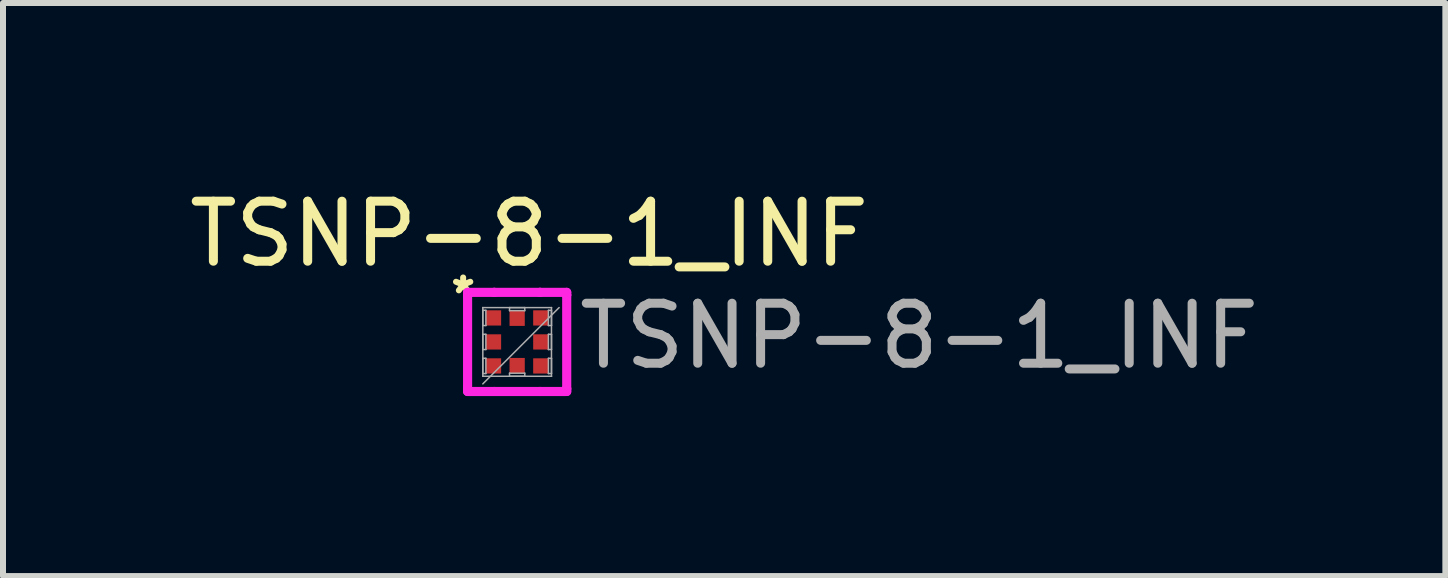
<source format=kicad_pcb>
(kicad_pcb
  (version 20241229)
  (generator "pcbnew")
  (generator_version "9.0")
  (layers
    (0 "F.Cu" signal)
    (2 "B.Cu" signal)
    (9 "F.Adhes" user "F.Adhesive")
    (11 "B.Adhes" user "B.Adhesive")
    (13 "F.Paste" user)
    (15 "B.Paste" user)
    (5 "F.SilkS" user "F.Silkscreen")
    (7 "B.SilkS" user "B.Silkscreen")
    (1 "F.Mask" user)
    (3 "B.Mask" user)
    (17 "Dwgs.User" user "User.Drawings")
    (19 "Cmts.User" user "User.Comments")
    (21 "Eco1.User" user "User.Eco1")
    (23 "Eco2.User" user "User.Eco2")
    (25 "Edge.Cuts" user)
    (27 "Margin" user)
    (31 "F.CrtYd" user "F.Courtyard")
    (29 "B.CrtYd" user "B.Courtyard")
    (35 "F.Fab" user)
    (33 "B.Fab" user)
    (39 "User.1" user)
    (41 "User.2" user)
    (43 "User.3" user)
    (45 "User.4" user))
  (footprint "TSNP-8-1_INF"
    (layer "F.Cu")
    (at 5.568 2.648)
    (property "Reference" "TSNP-8-1_INF" (at 0.2 -1.8 0) (unlocked yes) (layer "F.SilkS") (effects (font (size 1 1) (thickness 0.15))))
    (attr smd)
    (fp_line (start -0.826 -0.826) (end -0.381 -0.826) (stroke (width 0.152) (type solid)) (layer "F.CrtYd"))
    (fp_line (start -0.826 -0.781) (end -0.826 -0.826) (stroke (width 0.152) (type solid)) (layer "F.CrtYd"))
    (fp_line (start -0.826 -0.781) (end -0.826 -0.781) (stroke (width 0.152) (type solid)) (layer "F.CrtYd"))
    (fp_line (start -0.826 0.781) (end -0.826 -0.781) (stroke (width 0.152) (type solid)) (layer "F.CrtYd"))
    (fp_line (start -0.826 0.781) (end -0.826 0.781) (stroke (width 0.152) (type solid)) (layer "F.CrtYd"))
    (fp_line (start -0.826 0.826) (end -0.826 0.781) (stroke (width 0.152) (type solid)) (layer "F.CrtYd"))
    (fp_line (start -0.381 -0.826) (end -0.381 -0.826) (stroke (width 0.152) (type solid)) (layer "F.CrtYd"))
    (fp_line (start -0.381 -0.826) (end 0.381 -0.826) (stroke (width 0.152) (type solid)) (layer "F.CrtYd"))
    (fp_line (start -0.381 0.826) (end -0.826 0.826) (stroke (width 0.152) (type solid)) (layer "F.CrtYd"))
    (fp_line (start -0.381 0.826) (end -0.381 0.826) (stroke (width 0.152) (type solid)) (layer "F.CrtYd"))
    (fp_line (start 0.381 -0.826) (end 0.381 -0.826) (stroke (width 0.152) (type solid)) (layer "F.CrtYd"))
    (fp_line (start 0.381 -0.826) (end 0.826 -0.826) (stroke (width 0.152) (type solid)) (layer "F.CrtYd"))
    (fp_line (start 0.381 0.826) (end -0.381 0.826) (stroke (width 0.152) (type solid)) (layer "F.CrtYd"))
    (fp_line (start 0.381 0.826) (end 0.381 0.826) (stroke (width 0.152) (type solid)) (layer "F.CrtYd"))
    (fp_line (start 0.826 -0.826) (end 0.826 -0.781) (stroke (width 0.152) (type solid)) (layer "F.CrtYd"))
    (fp_line (start 0.826 -0.781) (end 0.826 -0.781) (stroke (width 0.152) (type solid)) (layer "F.CrtYd"))
    (fp_line (start 0.826 -0.781) (end 0.826 0.781) (stroke (width 0.152) (type solid)) (layer "F.CrtYd"))
    (fp_line (start 0.826 0.781) (end 0.826 0.781) (stroke (width 0.152) (type solid)) (layer "F.CrtYd"))
    (fp_line (start 0.826 0.781) (end 0.826 0.826) (stroke (width 0.152) (type solid)) (layer "F.CrtYd"))
    (fp_line (start 0.826 0.826) (end 0.381 0.826) (stroke (width 0.152) (type solid)) (layer "F.CrtYd"))
    (fp_line (start -0.572 -0.572) (end -0.572 -0.572) (stroke (width 0.025) (type solid)) (layer "F.Fab"))
    (fp_line (start -0.572 -0.572) (end -0.572 0.572) (stroke (width 0.025) (type solid)) (layer "F.Fab"))
    (fp_line (start -0.572 -0.527) (end -0.521 -0.527) (stroke (width 0.025) (type solid)) (layer "F.Fab"))
    (fp_line (start -0.572 -0.273) (end -0.572 -0.527) (stroke (width 0.025) (type solid)) (layer "F.Fab"))
    (fp_line (start -0.572 -0.127) (end -0.521 -0.127) (stroke (width 0.025) (type solid)) (layer "F.Fab"))
    (fp_line (start -0.572 0.127) (end -0.572 -0.127) (stroke (width 0.025) (type solid)) (layer "F.Fab"))
    (fp_line (start -0.572 0.273) (end -0.521 0.273) (stroke (width 0.025) (type solid)) (layer "F.Fab"))
    (fp_line (start -0.572 0.527) (end -0.572 0.273) (stroke (width 0.025) (type solid)) (layer "F.Fab"))
    (fp_line (start -0.572 0.572) (end -0.572 0.572) (stroke (width 0.025) (type solid)) (layer "F.Fab"))
    (fp_line (start -0.572 0.572) (end 0.572 0.572) (stroke (width 0.025) (type solid)) (layer "F.Fab"))
    (fp_line (start -0.572 0.699) (end 0.699 -0.572) (stroke (width 0.025) (type solid)) (layer "F.Fab"))
    (fp_line (start -0.521 -0.527) (end -0.521 -0.273) (stroke (width 0.025) (type solid)) (layer "F.Fab"))
    (fp_line (start -0.521 -0.273) (end -0.572 -0.273) (stroke (width 0.025) (type solid)) (layer "F.Fab"))
    (fp_line (start -0.521 -0.127) (end -0.521 0.127) (stroke (width 0.025) (type solid)) (layer "F.Fab"))
    (fp_line (start -0.521 0.127) (end -0.572 0.127) (stroke (width 0.025) (type solid)) (layer "F.Fab"))
    (fp_line (start -0.521 0.273) (end -0.521 0.527) (stroke (width 0.025) (type solid)) (layer "F.Fab"))
    (fp_line (start -0.521 0.527) (end -0.572 0.527) (stroke (width 0.025) (type solid)) (layer "F.Fab"))
    (fp_line (start -0.127 -0.572) (end 0.127 -0.572) (stroke (width 0.025) (type solid)) (layer "F.Fab"))
    (fp_line (start -0.127 -0.521) (end -0.127 -0.572) (stroke (width 0.025) (type solid)) (layer "F.Fab"))
    (fp_line (start -0.127 0.521) (end 0.127 0.521) (stroke (width 0.025) (type solid)) (layer "F.Fab"))
    (fp_line (start -0.127 0.572) (end -0.127 0.521) (stroke (width 0.025) (type solid)) (layer "F.Fab"))
    (fp_line (start 0.127 -0.572) (end 0.127 -0.521) (stroke (width 0.025) (type solid)) (layer "F.Fab"))
    (fp_line (start 0.127 -0.521) (end -0.127 -0.521) (stroke (width 0.025) (type solid)) (layer "F.Fab"))
    (fp_line (start 0.127 0.521) (end 0.127 0.572) (stroke (width 0.025) (type solid)) (layer "F.Fab"))
    (fp_line (start 0.127 0.572) (end -0.127 0.572) (stroke (width 0.025) (type solid)) (layer "F.Fab"))
    (fp_line (start 0.521 -0.527) (end 0.572 -0.527) (stroke (width 0.025) (type solid)) (layer "F.Fab"))
    (fp_line (start 0.521 -0.273) (end 0.521 -0.527) (stroke (width 0.025) (type solid)) (layer "F.Fab"))
    (fp_line (start 0.521 -0.127) (end 0.572 -0.127) (stroke (width 0.025) (type solid)) (layer "F.Fab"))
    (fp_line (start 0.521 0.127) (end 0.521 -0.127) (stroke (width 0.025) (type solid)) (layer "F.Fab"))
    (fp_line (start 0.521 0.273) (end 0.572 0.273) (stroke (width 0.025) (type solid)) (layer "F.Fab"))
    (fp_line (start 0.521 0.527) (end 0.521 0.273) (stroke (width 0.025) (type solid)) (layer "F.Fab"))
    (fp_line (start 0.572 -0.572) (end -0.572 -0.572) (stroke (width 0.025) (type solid)) (layer "F.Fab"))
    (fp_line (start 0.572 -0.572) (end 0.572 -0.572) (stroke (width 0.025) (type solid)) (layer "F.Fab"))
    (fp_line (start 0.572 -0.527) (end 0.572 -0.273) (stroke (width 0.025) (type solid)) (layer "F.Fab"))
    (fp_line (start 0.572 -0.273) (end 0.521 -0.273) (stroke (width 0.025) (type solid)) (layer "F.Fab"))
    (fp_line (start 0.572 -0.127) (end 0.572 0.127) (stroke (width 0.025) (type solid)) (layer "F.Fab"))
    (fp_line (start 0.572 0.127) (end 0.521 0.127) (stroke (width 0.025) (type solid)) (layer "F.Fab"))
    (fp_line (start 0.572 0.273) (end 0.572 0.527) (stroke (width 0.025) (type solid)) (layer "F.Fab"))
    (fp_line (start 0.572 0.527) (end 0.521 0.527) (stroke (width 0.025) (type solid)) (layer "F.Fab"))
    (fp_line (start 0.572 0.572) (end 0.572 -0.572) (stroke (width 0.025) (type solid)) (layer "F.Fab"))
    (fp_line (start 0.572 0.572) (end 0.572 0.572) (stroke (width 0.025) (type solid)) (layer "F.Fab"))
    (fp_text user "*" (at -0.9 -0.8 0) (unlocked yes) (layer "F.SilkS") (effects (font (size 0.5 0.5) (thickness 0.1) (bold yes))))
    (fp_text user "${REFERENCE}" (at 6.7 -0.1 0) (unlocked yes) (layer "F.Fab") (effects (font (size 1 1) (thickness 0.15))))
    (pad "1" smd rect (at -0.394 -0.4 90) (size 0.254 0.254) (layers "F.Cu" "F.Mask" "F.Paste"))
    (pad "2" smd rect (at -0.394 0) (size 0.254 0.254) (layers "F.Cu" "F.Mask" "F.Paste"))
    (pad "3" smd rect (at -0.394 0.4) (size 0.254 0.254) (layers "F.Cu" "F.Mask" "F.Paste"))
    (pad "4" smd rect (at 0 0.394) (size 0.254 0.254) (layers "F.Cu" "F.Mask" "F.Paste"))
    (pad "5" smd rect (at 0.394 0.4) (size 0.254 0.254) (layers "F.Cu" "F.Mask" "F.Paste"))
    (pad "6" smd rect (at 0.394 0) (size 0.254 0.254) (layers "F.Cu" "F.Mask" "F.Paste"))
    (pad "7" smd rect (at 0.394 -0.4) (size 0.254 0.254) (layers "F.Cu" "F.Mask" "F.Paste"))
    (pad "8" smd rect (at 0 -0.394) (size 0.254 0.254) (layers "F.Cu" "F.Mask" "F.Paste")))
  (gr_rect
    (start -3 -3)
    (end 21.036 6.55)
    (stroke (width 0.1) (type default))
    (fill no)
    (layer "Edge.Cuts")))
</source>
